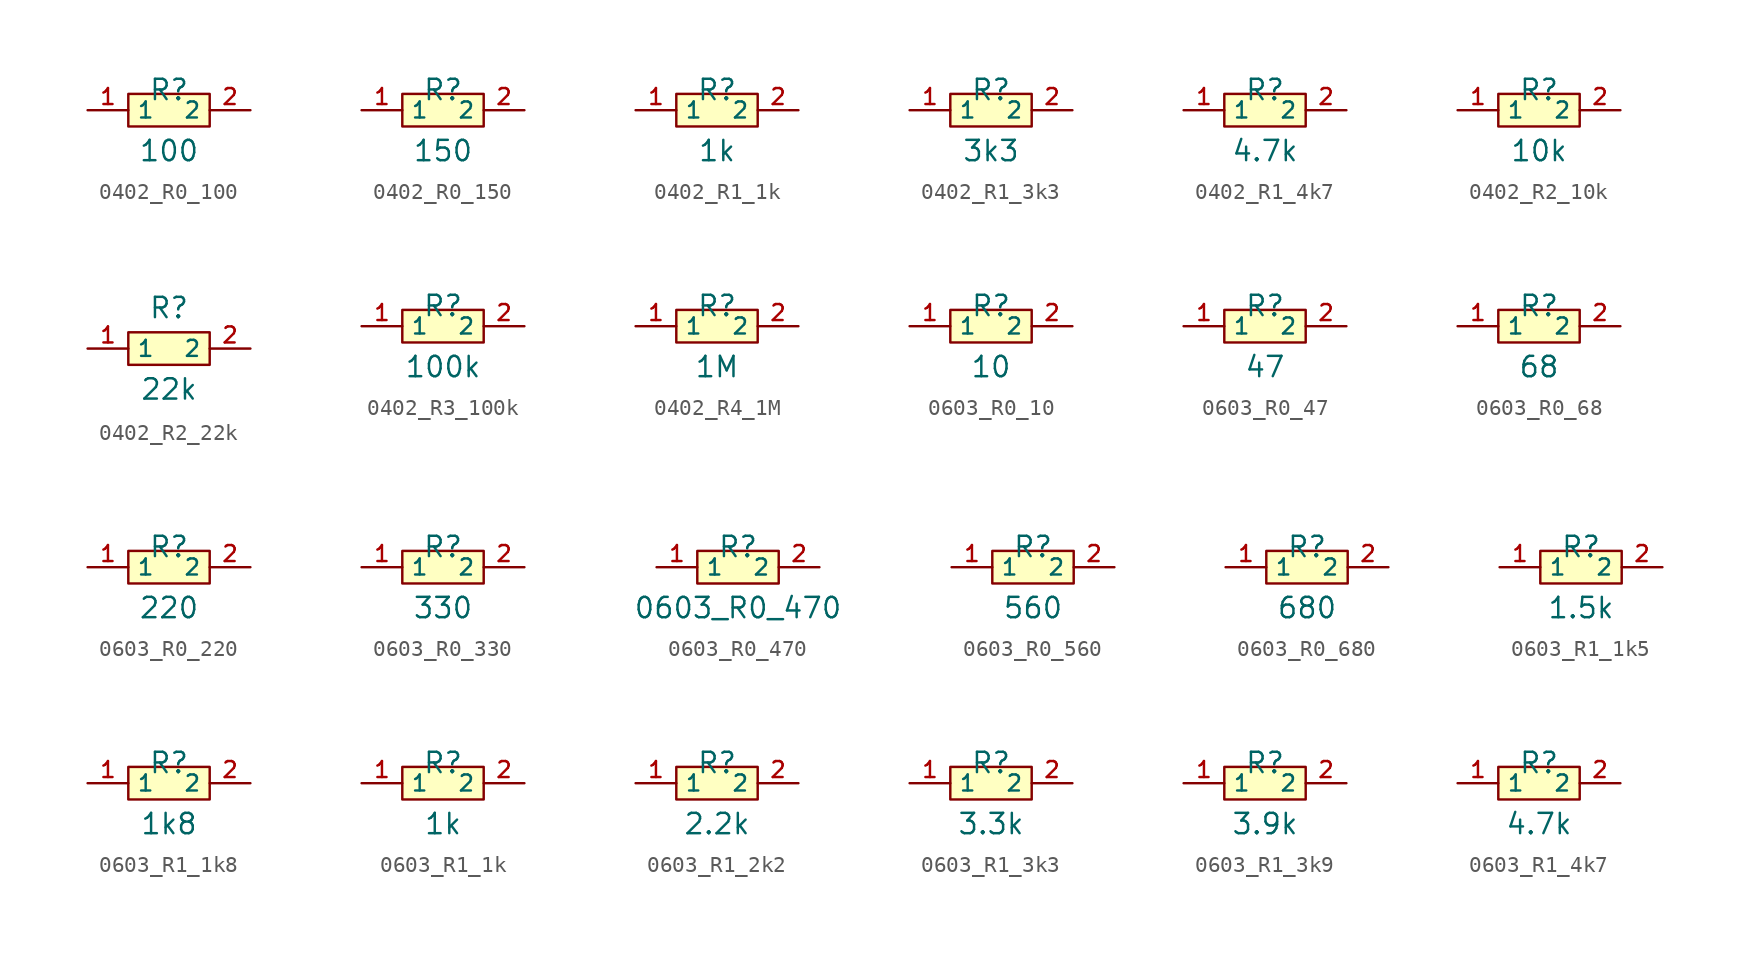
<source format=kicad_sym>
(kicad_symbol_lib
  (version 20241209)
  (generator "kicad_symbol_editor")
  (generator_version "9.0")
  (symbol "0402_R0_100"
    (property "Reference" "R"
      (at 0 1.27 0)
      (effects (font (size 1.27 1.27))))
    (property "Value" "100"
      (at 0 -2.54 0)
      (effects (font (size 1.27 1.27))))
    (symbol "0402_R0_100_0_1"
      (rectangle (start -2.54 1.016) (end 2.54 -1.016) (stroke (width 0) (type default)) (fill (type background))))
    (symbol "0402_R0_100_1_1"
      (pin passive line (at -5.08 0 0) (length 2.54) (name "1" (effects (font (size 1 1)))) (number "1" (effects (font (size 1 1)))))
      (pin passive line (at 5.08 0 180) (length 2.54) (name "2" (effects (font (size 1 1)))) (number "2" (effects (font (size 1 1)))))))
  (symbol "0402_R0_150"
    (property "Reference" "R"
      (at 0 1.27 0)
      (effects (font (size 1.27 1.27))))
    (property "Value" "150"
      (at 0 -2.54 0)
      (effects (font (size 1.27 1.27))))
    (symbol "0402_R0_150_0_1"
      (rectangle (start -2.54 1.016) (end 2.54 -1.016) (stroke (width 0) (type default)) (fill (type background))))
    (symbol "0402_R0_150_1_1"
      (pin passive line (at -5.08 0 0) (length 2.54) (name "1" (effects (font (size 1 1)))) (number "1" (effects (font (size 1 1)))))
      (pin passive line (at 5.08 0 180) (length 2.54) (name "2" (effects (font (size 1 1)))) (number "2" (effects (font (size 1 1)))))))
  (symbol "0402_R1_1k"
    (property "Reference" "R"
      (at 0 1.27 0)
      (effects (font (size 1.27 1.27))))
    (property "Value" "1k"
      (at 0 -2.54 0)
      (effects (font (size 1.27 1.27))))
    (symbol "0402_R1_1k_0_1"
      (rectangle (start -2.54 1.016) (end 2.54 -1.016) (stroke (width 0) (type default)) (fill (type background)))
      (pin passive line (at -5.08 0 0) (length 2.54) (name "1" (effects (font (size 1 1)))) (number "1" (effects (font (size 1 1)))))
      (pin passive line (at 5.08 0 180) (length 2.54) (name "2" (effects (font (size 1 1)))) (number "2" (effects (font (size 1 1)))))))
  (symbol "0402_R1_3k3"
    (property "Reference" "R"
      (at 0 1.27 0)
      (effects (font (size 1.27 1.27))))
    (property "Value" "3k3"
      (at 0 -2.54 0)
      (effects (font (size 1.27 1.27))))
    (symbol "0402_R1_3k3_0_1"
      (rectangle (start -2.54 1.016) (end 2.54 -1.016) (stroke (width 0) (type default)) (fill (type background)))
      (pin input line (at -5.08 0 0) (length 2.54) (name "1" (effects (font (size 1 1)))) (number "1" (effects (font (size 1 1)))))
      (pin input line (at 5.08 0 180) (length 2.54) (name "2" (effects (font (size 1 1)))) (number "2" (effects (font (size 1 1)))))))
  (symbol "0402_R1_4k7"
    (property "Reference" "R"
      (at 0 1.27 0)
      (effects (font (size 1.27 1.27))))
    (property "Value" "4.7k"
      (at 0 -2.54 0)
      (effects (font (size 1.27 1.27))))
    (symbol "0402_R1_4k7_0_1"
      (rectangle (start -2.54 1.016) (end 2.54 -1.016) (stroke (width 0) (type default)) (fill (type background)))
      (pin passive line (at -5.08 0 0) (length 2.54) (name "1" (effects (font (size 1 1)))) (number "1" (effects (font (size 1 1)))))
      (pin passive line (at 5.08 0 180) (length 2.54) (name "2" (effects (font (size 1 1)))) (number "2" (effects (font (size 1 1)))))))
  (symbol "0402_R2_10k"
    (property "Reference" "R"
      (at 0 1.27 0)
      (effects (font (size 1.27 1.27))))
    (property "Value" "10k"
      (at 0 -2.54 0)
      (effects (font (size 1.27 1.27))))
    (symbol "0402_R2_10k_0_1"
      (rectangle (start -2.54 1.016) (end 2.54 -1.016) (stroke (width 0) (type default)) (fill (type background)))
      (pin passive line (at -5.08 0 0) (length 2.54) (name "1" (effects (font (size 1 1)))) (number "1" (effects (font (size 1 1)))))
      (pin passive line (at 5.08 0 180) (length 2.54) (name "2" (effects (font (size 1 1)))) (number "2" (effects (font (size 1 1)))))))
  (symbol "0402_R2_22k"
    (property "Reference" "R"
      (at 0 2.54 0)
      (effects (font (size 1.27 1.27))))
    (property "Value" "22k"
      (at 0 -2.54 0)
      (effects (font (size 1.27 1.27))))
    (symbol "0402_R2_22k_0_1"
      (rectangle (start -2.54 1.016) (end 2.54 -1.016) (stroke (width 0) (type default)) (fill (type background)))
      (pin input line (at -5.08 0 0) (length 2.54) (name "1" (effects (font (size 1 1)))) (number "1" (effects (font (size 1 1)))))
      (pin input line (at 5.08 0 180) (length 2.54) (name "2" (effects (font (size 1 1)))) (number "2" (effects (font (size 1 1)))))))
  (symbol "0402_R3_100k"
    (property "Reference" "R"
      (at 0 1.27 0)
      (effects (font (size 1.27 1.27))))
    (property "Value" "100k"
      (at 0 -2.54 0)
      (effects (font (size 1.27 1.27))))
    (symbol "0402_R3_100k_0_1"
      (rectangle (start -2.54 1.016) (end 2.54 -1.016) (stroke (width 0) (type default)) (fill (type background)))
      (pin passive line (at -5.08 0 0) (length 2.54) (name "1" (effects (font (size 1 1)))) (number "1" (effects (font (size 1 1)))))
      (pin passive line (at 5.08 0 180) (length 2.54) (name "2" (effects (font (size 1 1)))) (number "2" (effects (font (size 1 1)))))))
  (symbol "0402_R4_1M"
    (property "Reference" "R"
      (at 0 1.27 0)
      (effects (font (size 1.27 1.27))))
    (property "Value" "1M"
      (at 0 -2.54 0)
      (effects (font (size 1.27 1.27))))
    (symbol "0402_R4_1M_0_1"
      (rectangle (start -2.54 1.016) (end 2.54 -1.016) (stroke (width 0) (type default)) (fill (type background)))
      (pin passive line (at -5.08 0 0) (length 2.54) (name "1" (effects (font (size 1 1)))) (number "1" (effects (font (size 1 1)))))
      (pin passive line (at 5.08 0 180) (length 2.54) (name "2" (effects (font (size 1 1)))) (number "2" (effects (font (size 1 1)))))))
  (symbol "0603_R0_10"
    (property "Reference" "R"
      (at 0 1.27 0)
      (effects (font (size 1.27 1.27))))
    (property "Value" "10"
      (at 0 -2.54 0)
      (effects (font (size 1.27 1.27))))
    (symbol "0603_R0_10_0_1"
      (rectangle (start -2.54 1.016) (end 2.54 -1.016) (stroke (width 0) (type default)) (fill (type background)))
      (pin input line (at -5.08 0 0) (length 2.54) (name "1" (effects (font (size 1 1)))) (number "1" (effects (font (size 1 1)))))
      (pin input line (at 5.08 0 180) (length 2.54) (name "2" (effects (font (size 1 1)))) (number "2" (effects (font (size 1 1)))))))
  (symbol "0603_R0_47"
    (property "Reference" "R"
      (at 0 1.27 0)
      (effects (font (size 1.27 1.27))))
    (property "Value" "47"
      (at 0 -2.54 0)
      (effects (font (size 1.27 1.27))))
    (symbol "0603_R0_47_0_1"
      (rectangle (start -2.54 1.016) (end 2.54 -1.016) (stroke (width 0) (type default)) (fill (type background)))
      (pin passive line (at -5.08 0 0) (length 2.54) (name "1" (effects (font (size 1 1)))) (number "1" (effects (font (size 1 1)))))
      (pin passive line (at 5.08 0 180) (length 2.54) (name "2" (effects (font (size 1 1)))) (number "2" (effects (font (size 1 1)))))))
  (symbol "0603_R0_68"
    (property "Reference" "R"
      (at 0 1.27 0)
      (effects (font (size 1.27 1.27))))
    (property "Value" "68"
      (at 0 -2.54 0)
      (effects (font (size 1.27 1.27))))
    (symbol "0603_R0_68_0_1"
      (rectangle (start -2.54 1.016) (end 2.54 -1.016) (stroke (width 0) (type default)) (fill (type background)))
      (pin input line (at -5.08 0 0) (length 2.54) (name "1" (effects (font (size 1 1)))) (number "1" (effects (font (size 1 1)))))
      (pin input line (at 5.08 0 180) (length 2.54) (name "2" (effects (font (size 1 1)))) (number "2" (effects (font (size 1 1)))))))
  (symbol "0603_R0_220"
    (property "Reference" "R"
      (at 0 1.27 0)
      (effects (font (size 1.27 1.27))))
    (property "Value" "220"
      (at 0 -2.54 0)
      (effects (font (size 1.27 1.27))))
    (symbol "0603_R0_220_0_1"
      (rectangle (start -2.54 1.016) (end 2.54 -1.016) (stroke (width 0) (type default)) (fill (type background)))
      (pin input line (at -5.08 0 0) (length 2.54) (name "1" (effects (font (size 1 1)))) (number "1" (effects (font (size 1 1)))))
      (pin input line (at 5.08 0 180) (length 2.54) (name "2" (effects (font (size 1 1)))) (number "2" (effects (font (size 1 1)))))))
  (symbol "0603_R0_330"
    (property "Reference" "R"
      (at 0 1.27 0)
      (effects (font (size 1.27 1.27))))
    (property "Value" "330"
      (at 0 -2.54 0)
      (effects (font (size 1.27 1.27))))
    (symbol "0603_R0_330_0_1"
      (rectangle (start -2.54 1.016) (end 2.54 -1.016) (stroke (width 0) (type default)) (fill (type background)))
      (pin input line (at -5.08 0 0) (length 2.54) (name "1" (effects (font (size 1 1)))) (number "1" (effects (font (size 1 1)))))
      (pin input line (at 5.08 0 180) (length 2.54) (name "2" (effects (font (size 1 1)))) (number "2" (effects (font (size 1 1)))))))
  (symbol "0603_R0_470"
    (property "Reference" "R"
      (at 0 1.27 0)
      (effects (font (size 1.27 1.27))))
    (property "Value" "0603_R0_470"
      (at 0 -2.54 0)
      (effects (font (size 1.27 1.27))))
    (symbol "0603_R0_470_0_1"
      (rectangle (start -2.54 1.016) (end 2.54 -1.016) (stroke (width 0) (type default)) (fill (type background)))
      (pin input line (at -5.08 0 0) (length 2.54) (name "1" (effects (font (size 1 1)))) (number "1" (effects (font (size 1 1)))))
      (pin input line (at 5.08 0 180) (length 2.54) (name "2" (effects (font (size 1 1)))) (number "2" (effects (font (size 1 1)))))))
  (symbol "0603_R0_560"
    (property "Reference" "R"
      (at 0 1.27 0)
      (effects (font (size 1.27 1.27))))
    (property "Value" "560"
      (at 0 -2.54 0)
      (effects (font (size 1.27 1.27))))
    (symbol "0603_R0_560_0_1"
      (rectangle (start -2.54 1.016) (end 2.54 -1.016) (stroke (width 0) (type default)) (fill (type background)))
      (pin passive line (at -5.08 0 0) (length 2.54) (name "1" (effects (font (size 1 1)))) (number "1" (effects (font (size 1 1)))))
      (pin passive line (at 5.08 0 180) (length 2.54) (name "2" (effects (font (size 1 1)))) (number "2" (effects (font (size 1 1)))))))
  (symbol "0603_R0_680"
    (property "Reference" "R"
      (at 0 1.27 0)
      (effects (font (size 1.27 1.27))))
    (property "Value" "680"
      (at 0 -2.54 0)
      (effects (font (size 1.27 1.27))))
    (symbol "0603_R0_680_0_1"
      (rectangle (start -2.54 1.016) (end 2.54 -1.016) (stroke (width 0) (type default)) (fill (type background)))
      (pin input line (at -5.08 0 0) (length 2.54) (name "1" (effects (font (size 1 1)))) (number "1" (effects (font (size 1 1)))))
      (pin input line (at 5.08 0 180) (length 2.54) (name "2" (effects (font (size 1 1)))) (number "2" (effects (font (size 1 1)))))))
  (symbol "0603_R1_1k5"
    (property "Reference" "R"
      (at 0 1.27 0)
      (effects (font (size 1.27 1.27))))
    (property "Value" "1.5k"
      (at 0 -2.54 0)
      (effects (font (size 1.27 1.27))))
    (symbol "0603_R1_1k5_0_1"
      (rectangle (start -2.54 1.016) (end 2.54 -1.016) (stroke (width 0) (type default)) (fill (type background)))
      (pin passive line (at -5.08 0 0) (length 2.54) (name "1" (effects (font (size 1 1)))) (number "1" (effects (font (size 1 1)))))
      (pin passive line (at 5.08 0 180) (length 2.54) (name "2" (effects (font (size 1 1)))) (number "2" (effects (font (size 1 1)))))))
  (symbol "0603_R1_1k8"
    (property "Reference" "R"
      (at 0 1.27 0)
      (effects (font (size 1.27 1.27))))
    (property "Value" "1k8"
      (at 0 -2.54 0)
      (effects (font (size 1.27 1.27))))
    (symbol "0603_R1_1k8_0_1"
      (rectangle (start -2.54 1.016) (end 2.54 -1.016) (stroke (width 0) (type default)) (fill (type background)))
      (pin input line (at -5.08 0 0) (length 2.54) (name "1" (effects (font (size 1 1)))) (number "1" (effects (font (size 1 1)))))
      (pin input line (at 5.08 0 180) (length 2.54) (name "2" (effects (font (size 1 1)))) (number "2" (effects (font (size 1 1)))))))
  (symbol "0603_R1_1k"
    (property "Reference" "R"
      (at 0 1.27 0)
      (effects (font (size 1.27 1.27))))
    (property "Value" "1k"
      (at 0 -2.54 0)
      (effects (font (size 1.27 1.27))))
    (symbol "0603_R1_1k_0_1"
      (rectangle (start -2.54 1.016) (end 2.54 -1.016) (stroke (width 0) (type default)) (fill (type background)))
      (pin passive line (at -5.08 0 0) (length 2.54) (name "1" (effects (font (size 1 1)))) (number "1" (effects (font (size 1 1)))))
      (pin passive line (at 5.08 0 180) (length 2.54) (name "2" (effects (font (size 1 1)))) (number "2" (effects (font (size 1 1)))))))
  (symbol "0603_R1_2k2"
    (property "Reference" "R"
      (at 0 1.27 0)
      (effects (font (size 1.27 1.27))))
    (property "Value" "2.2k"
      (at 0 -2.54 0)
      (effects (font (size 1.27 1.27))))
    (symbol "0603_R1_2k2_0_1"
      (rectangle (start -2.54 1.016) (end 2.54 -1.016) (stroke (width 0) (type default)) (fill (type background)))
      (pin input line (at -5.08 0 0) (length 2.54) (name "1" (effects (font (size 1 1)))) (number "1" (effects (font (size 1 1)))))
      (pin input line (at 5.08 0 180) (length 2.54) (name "2" (effects (font (size 1 1)))) (number "2" (effects (font (size 1 1)))))))
  (symbol "0603_R1_3k3"
    (property "Reference" "R"
      (at 0 1.27 0)
      (effects (font (size 1.27 1.27))))
    (property "Value" "3.3k"
      (at 0 -2.54 0)
      (effects (font (size 1.27 1.27))))
    (symbol "0603_R1_3k3_0_1"
      (rectangle (start -2.54 1.016) (end 2.54 -1.016) (stroke (width 0) (type default)) (fill (type background)))
      (pin passive line (at -5.08 0 0) (length 2.54) (name "1" (effects (font (size 1 1)))) (number "1" (effects (font (size 1 1)))))
      (pin passive line (at 5.08 0 180) (length 2.54) (name "2" (effects (font (size 1 1)))) (number "2" (effects (font (size 1 1)))))))
  (symbol "0603_R1_3k9"
    (property "Reference" "R"
      (at 0 1.27 0)
      (effects (font (size 1.27 1.27))))
    (property "Value" "3.9k"
      (at 0 -2.54 0)
      (effects (font (size 1.27 1.27))))
    (symbol "0603_R1_3k9_0_1"
      (rectangle (start -2.54 1.016) (end 2.54 -1.016) (stroke (width 0) (type default)) (fill (type background)))
      (pin passive line (at -5.08 0 0) (length 2.54) (name "1" (effects (font (size 1 1)))) (number "1" (effects (font (size 1 1)))))
      (pin passive line (at 5.08 0 180) (length 2.54) (name "2" (effects (font (size 1 1)))) (number "2" (effects (font (size 1 1)))))))
  (symbol "0603_R1_4k7"
    (property "Reference" "R"
      (at 0 1.27 0)
      (effects (font (size 1.27 1.27))))
    (property "Value" "4.7k"
      (at 0 -2.54 0)
      (effects (font (size 1.27 1.27))))
    (symbol "0603_R1_4k7_0_1"
      (rectangle (start -2.54 1.016) (end 2.54 -1.016) (stroke (width 0) (type default)) (fill (type background)))
      (pin passive line (at -5.08 0 0) (length 2.54) (name "1" (effects (font (size 1 1)))) (number "1" (effects (font (size 1 1)))))
      (pin passive line (at 5.08 0 180) (length 2.54) (name "2" (effects (font (size 1 1)))) (number "2" (effects (font (size 1 1))))))))
</source>
